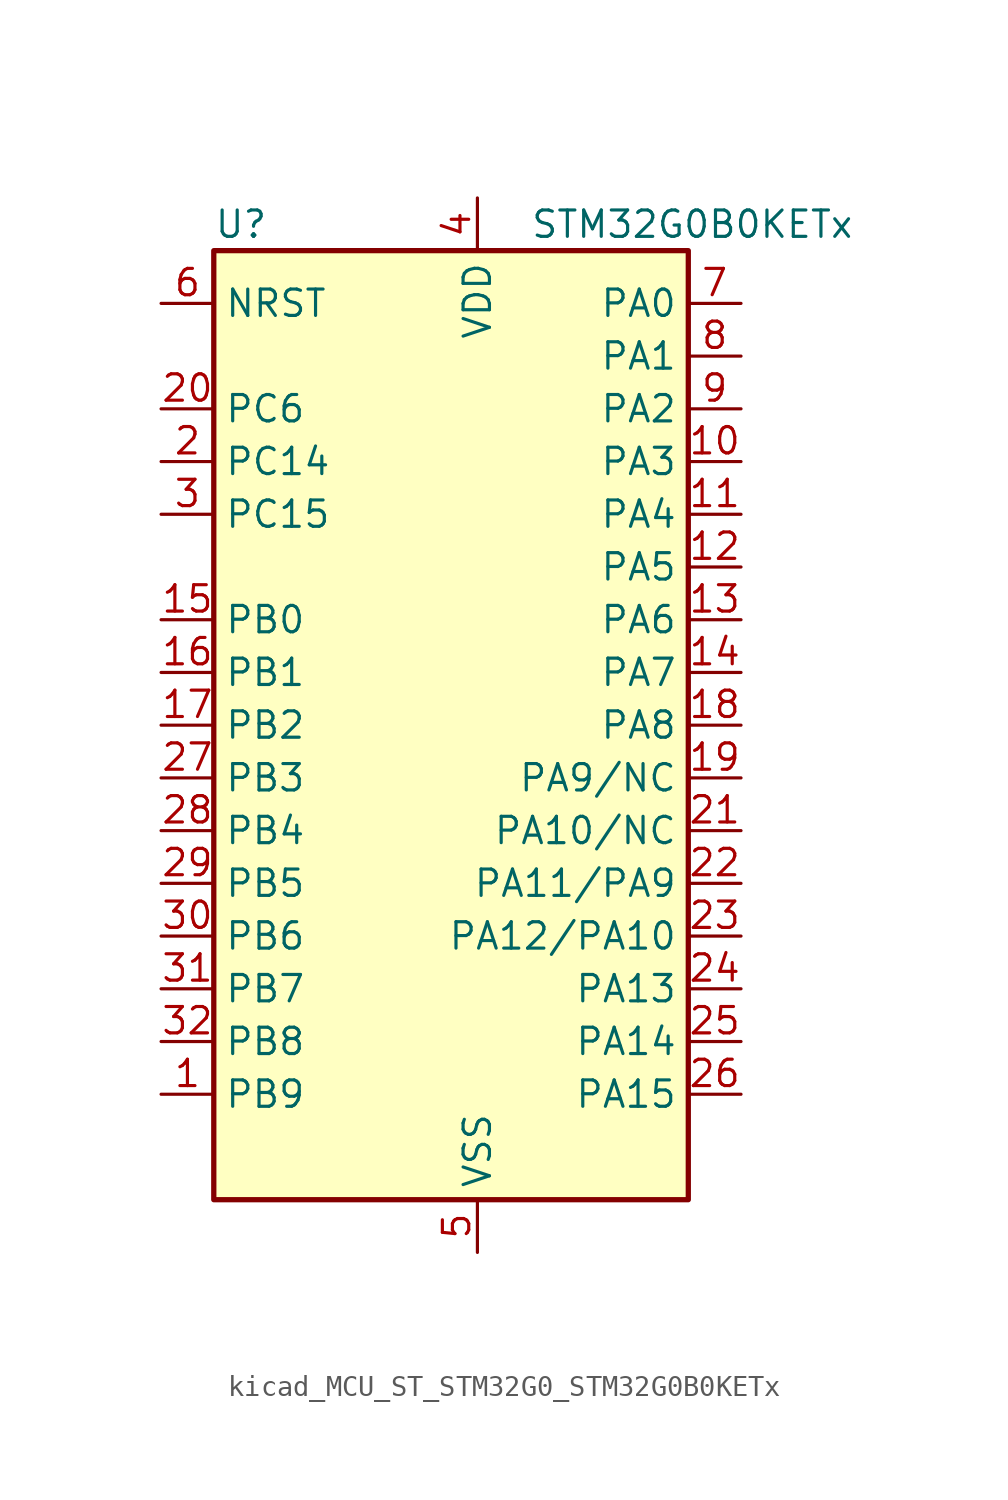
<source format=kicad_sym>
(kicad_symbol_lib
  (version 20220914)
  (generator kicad_symbol_editor)
  (symbol "kicad_MCU_ST_STM32G0_STM32G0B0KETx"
    (property "Reference" "U"
      (at -10.16 24.13 0)
      (effects (font (size 1.27 1.27)) (justify left)))
    (property "Value" "STM32G0B0KETx"
      (at 5.08 24.13 0)
      (effects (font (size 1.27 1.27)) (justify left)))
    (property "ki_locked" ""
      (at 0 0 0)
      (effects (font (size 1.27 1.27))))
    (symbol "kicad_MCU_ST_STM32G0_STM32G0B0KETx_0_1"
      (rectangle (start -10.16 -22.86) (end 12.7 22.86) (stroke (width 0.254) (type default)) (fill (type background))))
    (symbol "kicad_MCU_ST_STM32G0_STM32G0B0KETx_1_1"
      (pin bidirectional line (at -12.7 -17.78 0) (length 2.54) (name "PB9" (effects (font (size 1.27 1.27)))) (number "1" (effects (font (size 1.27 1.27)))) (alternate "I2C1_SDA" bidirectional line) (alternate "I2S2_WS" bidirectional line) (alternate "IR_OUT" bidirectional line) (alternate "SPI2_NSS" bidirectional line) (alternate "TIM17_CH1" bidirectional line) (alternate "TIM4_CH4" bidirectional line) (alternate "USART3_RX" bidirectional line) (alternate "USART6_RX" bidirectional line))
      (pin bidirectional line (at 15.24 12.7 180) (length 2.54) (name "PA3" (effects (font (size 1.27 1.27)))) (number "10" (effects (font (size 1.27 1.27)))) (alternate "ADC1_IN3" bidirectional line) (alternate "I2S2_MCK" bidirectional line) (alternate "SPI2_MISO" bidirectional line) (alternate "TIM15_CH2" bidirectional line) (alternate "USART2_RX" bidirectional line))
      (pin bidirectional line (at 15.24 10.16 180) (length 2.54) (name "PA4" (effects (font (size 1.27 1.27)))) (number "11" (effects (font (size 1.27 1.27)))) (alternate "ADC1_IN4" bidirectional line) (alternate "I2S1_WS" bidirectional line) (alternate "I2S2_SD" bidirectional line) (alternate "RTC_OUT1" bidirectional line) (alternate "RTC_TAMP_IN1" bidirectional line) (alternate "RTC_TS" bidirectional line) (alternate "SPI1_NSS" bidirectional line) (alternate "SPI2_MOSI" bidirectional line) (alternate "SPI3_NSS" bidirectional line) (alternate "SYS_WKUP2" bidirectional line) (alternate "TIM14_CH1" bidirectional line) (alternate "USART6_TX" bidirectional line))
      (pin bidirectional line (at 15.24 7.62 180) (length 2.54) (name "PA5" (effects (font (size 1.27 1.27)))) (number "12" (effects (font (size 1.27 1.27)))) (alternate "ADC1_IN5" bidirectional line) (alternate "I2S1_CK" bidirectional line) (alternate "SPI1_SCK" bidirectional line) (alternate "USART3_TX" bidirectional line) (alternate "USART6_RX" bidirectional line))
      (pin bidirectional line (at 15.24 5.08 180) (length 2.54) (name "PA6" (effects (font (size 1.27 1.27)))) (number "13" (effects (font (size 1.27 1.27)))) (alternate "ADC1_IN6" bidirectional line) (alternate "I2C2_SDA" bidirectional line) (alternate "I2C3_SDA" bidirectional line) (alternate "I2S1_MCK" bidirectional line) (alternate "SPI1_MISO" bidirectional line) (alternate "TIM16_CH1" bidirectional line) (alternate "TIM1_BK" bidirectional line) (alternate "TIM3_CH1" bidirectional line) (alternate "USART3_CTS" bidirectional line) (alternate "USART3_NSS" bidirectional line) (alternate "USART6_CTS" bidirectional line) (alternate "USART6_NSS" bidirectional line))
      (pin bidirectional line (at 15.24 2.54 180) (length 2.54) (name "PA7" (effects (font (size 1.27 1.27)))) (number "14" (effects (font (size 1.27 1.27)))) (alternate "ADC1_IN7" bidirectional line) (alternate "I2C2_SCL" bidirectional line) (alternate "I2C3_SCL" bidirectional line) (alternate "I2S1_SD" bidirectional line) (alternate "SPI1_MOSI" bidirectional line) (alternate "TIM14_CH1" bidirectional line) (alternate "TIM17_CH1" bidirectional line) (alternate "TIM1_CH1N" bidirectional line) (alternate "TIM3_CH2" bidirectional line) (alternate "USART6_CK" bidirectional line) (alternate "USART6_DE" bidirectional line) (alternate "USART6_RTS" bidirectional line))
      (pin bidirectional line (at -12.7 5.08 0) (length 2.54) (name "PB0" (effects (font (size 1.27 1.27)))) (number "15" (effects (font (size 1.27 1.27)))) (alternate "ADC1_IN8" bidirectional line) (alternate "I2S1_WS" bidirectional line) (alternate "SPI1_NSS" bidirectional line) (alternate "TIM1_CH2N" bidirectional line) (alternate "TIM3_CH3" bidirectional line) (alternate "USART3_RX" bidirectional line) (alternate "USART5_TX" bidirectional line))
      (pin bidirectional line (at -12.7 2.54 0) (length 2.54) (name "PB1" (effects (font (size 1.27 1.27)))) (number "16" (effects (font (size 1.27 1.27)))) (alternate "ADC1_IN9" bidirectional line) (alternate "TIM14_CH1" bidirectional line) (alternate "TIM1_CH3N" bidirectional line) (alternate "TIM3_CH4" bidirectional line) (alternate "USART3_CK" bidirectional line) (alternate "USART3_DE" bidirectional line) (alternate "USART3_RTS" bidirectional line) (alternate "USART5_RX" bidirectional line))
      (pin bidirectional line (at -12.7 0 0) (length 2.54) (name "PB2" (effects (font (size 1.27 1.27)))) (number "17" (effects (font (size 1.27 1.27)))) (alternate "ADC1_IN10" bidirectional line) (alternate "I2S2_MCK" bidirectional line) (alternate "RCC_MCO_2" bidirectional line) (alternate "SPI2_MISO" bidirectional line) (alternate "USART3_TX" bidirectional line))
      (pin bidirectional line (at 15.24 0 180) (length 2.54) (name "PA8" (effects (font (size 1.27 1.27)))) (number "18" (effects (font (size 1.27 1.27)))) (alternate "CRS1_SYNC" bidirectional line) (alternate "I2C2_SMBA" bidirectional line) (alternate "I2S2_WS" bidirectional line) (alternate "RCC_MCO" bidirectional line) (alternate "SPI2_NSS" bidirectional line) (alternate "TIM1_CH1" bidirectional line))
      (pin bidirectional line (at 15.24 -2.54 180) (length 2.54) (name "PA9/NC" (effects (font (size 1.27 1.27)))) (number "19" (effects (font (size 1.27 1.27)))) (alternate "I2C1_SCL" bidirectional line) (alternate "I2C2_SCL" bidirectional line) (alternate "I2S2_MCK" bidirectional line) (alternate "RCC_MCO" bidirectional line) (alternate "SPI2_MISO" bidirectional line) (alternate "TIM15_BK" bidirectional line) (alternate "TIM1_CH2" bidirectional line) (alternate "USART1_TX" bidirectional line))
      (pin bidirectional line (at -12.7 12.7 0) (length 2.54) (name "PC14" (effects (font (size 1.27 1.27)))) (number "2" (effects (font (size 1.27 1.27)))) (alternate "RCC_OSC32_IN" bidirectional line) (alternate "RCC_OSC_IN" bidirectional line) (alternate "TIM1_BK2" bidirectional line))
      (pin bidirectional line (at -12.7 15.24 0) (length 2.54) (name "PC6" (effects (font (size 1.27 1.27)))) (number "20" (effects (font (size 1.27 1.27)))) (alternate "TIM3_CH1" bidirectional line))
      (pin bidirectional line (at 15.24 -5.08 180) (length 2.54) (name "PA10/NC" (effects (font (size 1.27 1.27)))) (number "21" (effects (font (size 1.27 1.27)))) (alternate "I2C1_SDA" bidirectional line) (alternate "I2C2_SDA" bidirectional line) (alternate "I2S2_SD" bidirectional line) (alternate "RCC_MCO_2" bidirectional line) (alternate "SPI2_MOSI" bidirectional line) (alternate "TIM17_BK" bidirectional line) (alternate "TIM1_CH3" bidirectional line) (alternate "USART1_RX" bidirectional line))
      (pin bidirectional line (at 15.24 -7.62 180) (length 2.54) (name "PA11/PA9" (effects (font (size 1.27 1.27)))) (number "22" (effects (font (size 1.27 1.27)))) (alternate "ADC1_EXTI11" bidirectional line) (alternate "I2C2_SCL" bidirectional line) (alternate "I2S1_MCK" bidirectional line) (alternate "SPI1_MISO" bidirectional line) (alternate "TIM1_BK2" bidirectional line) (alternate "TIM1_CH4" bidirectional line) (alternate "USART1_CTS" bidirectional line) (alternate "USART1_NSS" bidirectional line))
      (pin bidirectional line (at 15.24 -10.16 180) (length 2.54) (name "PA12/PA10" (effects (font (size 1.27 1.27)))) (number "23" (effects (font (size 1.27 1.27)))) (alternate "I2C2_SDA" bidirectional line) (alternate "I2S1_SD" bidirectional line) (alternate "I2S_CKIN" bidirectional line) (alternate "SPI1_MOSI" bidirectional line) (alternate "TIM1_ETR" bidirectional line) (alternate "USART1_CK" bidirectional line) (alternate "USART1_DE" bidirectional line) (alternate "USART1_RTS" bidirectional line))
      (pin bidirectional line (at 15.24 -12.7 180) (length 2.54) (name "PA13" (effects (font (size 1.27 1.27)))) (number "24" (effects (font (size 1.27 1.27)))) (alternate "IR_OUT" bidirectional line) (alternate "SYS_SWDIO" bidirectional line))
      (pin bidirectional line (at 15.24 -15.24 180) (length 2.54) (name "PA14" (effects (font (size 1.27 1.27)))) (number "25" (effects (font (size 1.27 1.27)))) (alternate "SYS_SWCLK" bidirectional line) (alternate "USART2_TX" bidirectional line))
      (pin bidirectional line (at 15.24 -17.78 180) (length 2.54) (name "PA15" (effects (font (size 1.27 1.27)))) (number "26" (effects (font (size 1.27 1.27)))) (alternate "I2C2_SMBA" bidirectional line) (alternate "I2S1_WS" bidirectional line) (alternate "RCC_MCO_2" bidirectional line) (alternate "SPI1_NSS" bidirectional line) (alternate "SPI3_NSS" bidirectional line) (alternate "USART2_RX" bidirectional line) (alternate "USART3_CK" bidirectional line) (alternate "USART3_DE" bidirectional line) (alternate "USART3_RTS" bidirectional line) (alternate "USART4_CK" bidirectional line) (alternate "USART4_DE" bidirectional line) (alternate "USART4_RTS" bidirectional line))
      (pin bidirectional line (at -12.7 -2.54 0) (length 2.54) (name "PB3" (effects (font (size 1.27 1.27)))) (number "27" (effects (font (size 1.27 1.27)))) (alternate "I2C2_SCL" bidirectional line) (alternate "I2C3_SCL" bidirectional line) (alternate "I2S1_CK" bidirectional line) (alternate "SPI1_SCK" bidirectional line) (alternate "SPI3_SCK" bidirectional line) (alternate "TIM1_CH2" bidirectional line) (alternate "USART1_CK" bidirectional line) (alternate "USART1_DE" bidirectional line) (alternate "USART1_RTS" bidirectional line) (alternate "USART5_TX" bidirectional line))
      (pin bidirectional line (at -12.7 -5.08 0) (length 2.54) (name "PB4" (effects (font (size 1.27 1.27)))) (number "28" (effects (font (size 1.27 1.27)))) (alternate "I2C2_SDA" bidirectional line) (alternate "I2C3_SDA" bidirectional line) (alternate "I2S1_MCK" bidirectional line) (alternate "SPI1_MISO" bidirectional line) (alternate "SPI3_MISO" bidirectional line) (alternate "TIM17_BK" bidirectional line) (alternate "TIM3_CH1" bidirectional line) (alternate "USART1_CTS" bidirectional line) (alternate "USART1_NSS" bidirectional line) (alternate "USART5_RX" bidirectional line))
      (pin bidirectional line (at -12.7 -7.62 0) (length 2.54) (name "PB5" (effects (font (size 1.27 1.27)))) (number "29" (effects (font (size 1.27 1.27)))) (alternate "I2C1_SMBA" bidirectional line) (alternate "I2S1_SD" bidirectional line) (alternate "SPI1_MOSI" bidirectional line) (alternate "SPI3_MOSI" bidirectional line) (alternate "SYS_WKUP6" bidirectional line) (alternate "TIM16_BK" bidirectional line) (alternate "TIM3_CH2" bidirectional line) (alternate "USART5_CK" bidirectional line) (alternate "USART5_DE" bidirectional line) (alternate "USART5_RTS" bidirectional line))
      (pin bidirectional line (at -12.7 10.16 0) (length 2.54) (name "PC15" (effects (font (size 1.27 1.27)))) (number "3" (effects (font (size 1.27 1.27)))) (alternate "RCC_OSC32_EN" bidirectional line) (alternate "RCC_OSC32_OUT" bidirectional line) (alternate "RCC_OSC_EN" bidirectional line) (alternate "TIM15_BK" bidirectional line))
      (pin bidirectional line (at -12.7 -10.16 0) (length 2.54) (name "PB6" (effects (font (size 1.27 1.27)))) (number "30" (effects (font (size 1.27 1.27)))) (alternate "I2C1_SCL" bidirectional line) (alternate "I2S2_MCK" bidirectional line) (alternate "SPI2_MISO" bidirectional line) (alternate "TIM16_CH1N" bidirectional line) (alternate "TIM1_CH3" bidirectional line) (alternate "TIM4_CH1" bidirectional line) (alternate "USART1_TX" bidirectional line) (alternate "USART5_CTS" bidirectional line) (alternate "USART5_NSS" bidirectional line))
      (pin bidirectional line (at -12.7 -12.7 0) (length 2.54) (name "PB7" (effects (font (size 1.27 1.27)))) (number "31" (effects (font (size 1.27 1.27)))) (alternate "I2C1_SDA" bidirectional line) (alternate "I2S2_SD" bidirectional line) (alternate "SPI2_MOSI" bidirectional line) (alternate "TIM17_CH1N" bidirectional line) (alternate "TIM4_CH2" bidirectional line) (alternate "USART1_RX" bidirectional line) (alternate "USART4_CTS" bidirectional line) (alternate "USART4_NSS" bidirectional line))
      (pin bidirectional line (at -12.7 -15.24 0) (length 2.54) (name "PB8" (effects (font (size 1.27 1.27)))) (number "32" (effects (font (size 1.27 1.27)))) (alternate "I2C1_SCL" bidirectional line) (alternate "I2S2_CK" bidirectional line) (alternate "SPI2_SCK" bidirectional line) (alternate "TIM15_BK" bidirectional line) (alternate "TIM16_CH1" bidirectional line) (alternate "TIM4_CH3" bidirectional line) (alternate "USART3_TX" bidirectional line) (alternate "USART6_TX" bidirectional line))
      (pin power_in line (at 2.54 25.4 270) (length 2.54) (name "VDD" (effects (font (size 1.27 1.27)))) (number "4" (effects (font (size 1.27 1.27)))))
      (pin power_in line (at 2.54 -25.4 90) (length 2.54) (name "VSS" (effects (font (size 1.27 1.27)))) (number "5" (effects (font (size 1.27 1.27)))))
      (pin input line (at -12.7 20.32 0) (length 2.54) (name "NRST" (effects (font (size 1.27 1.27)))) (number "6" (effects (font (size 1.27 1.27)))))
      (pin bidirectional line (at 15.24 20.32 180) (length 2.54) (name "PA0" (effects (font (size 1.27 1.27)))) (number "7" (effects (font (size 1.27 1.27)))) (alternate "ADC1_IN0" bidirectional line) (alternate "I2S2_CK" bidirectional line) (alternate "RTC_TAMP_IN2" bidirectional line) (alternate "SPI2_SCK" bidirectional line) (alternate "SYS_WKUP1" bidirectional line) (alternate "USART2_CTS" bidirectional line) (alternate "USART2_NSS" bidirectional line) (alternate "USART4_TX" bidirectional line))
      (pin bidirectional line (at 15.24 17.78 180) (length 2.54) (name "PA1" (effects (font (size 1.27 1.27)))) (number "8" (effects (font (size 1.27 1.27)))) (alternate "ADC1_IN1" bidirectional line) (alternate "I2C1_SMBA" bidirectional line) (alternate "I2S1_CK" bidirectional line) (alternate "SPI1_SCK" bidirectional line) (alternate "TIM15_CH1N" bidirectional line) (alternate "USART2_CK" bidirectional line) (alternate "USART2_DE" bidirectional line) (alternate "USART2_RTS" bidirectional line) (alternate "USART4_RX" bidirectional line))
      (pin bidirectional line (at 15.24 15.24 180) (length 2.54) (name "PA2" (effects (font (size 1.27 1.27)))) (number "9" (effects (font (size 1.27 1.27)))) (alternate "ADC1_IN2" bidirectional line) (alternate "I2S1_SD" bidirectional line) (alternate "RCC_LSCO" bidirectional line) (alternate "SPI1_MOSI" bidirectional line) (alternate "SYS_WKUP4" bidirectional line) (alternate "TIM15_CH1" bidirectional line) (alternate "USART2_TX" bidirectional line)))))
</source>
